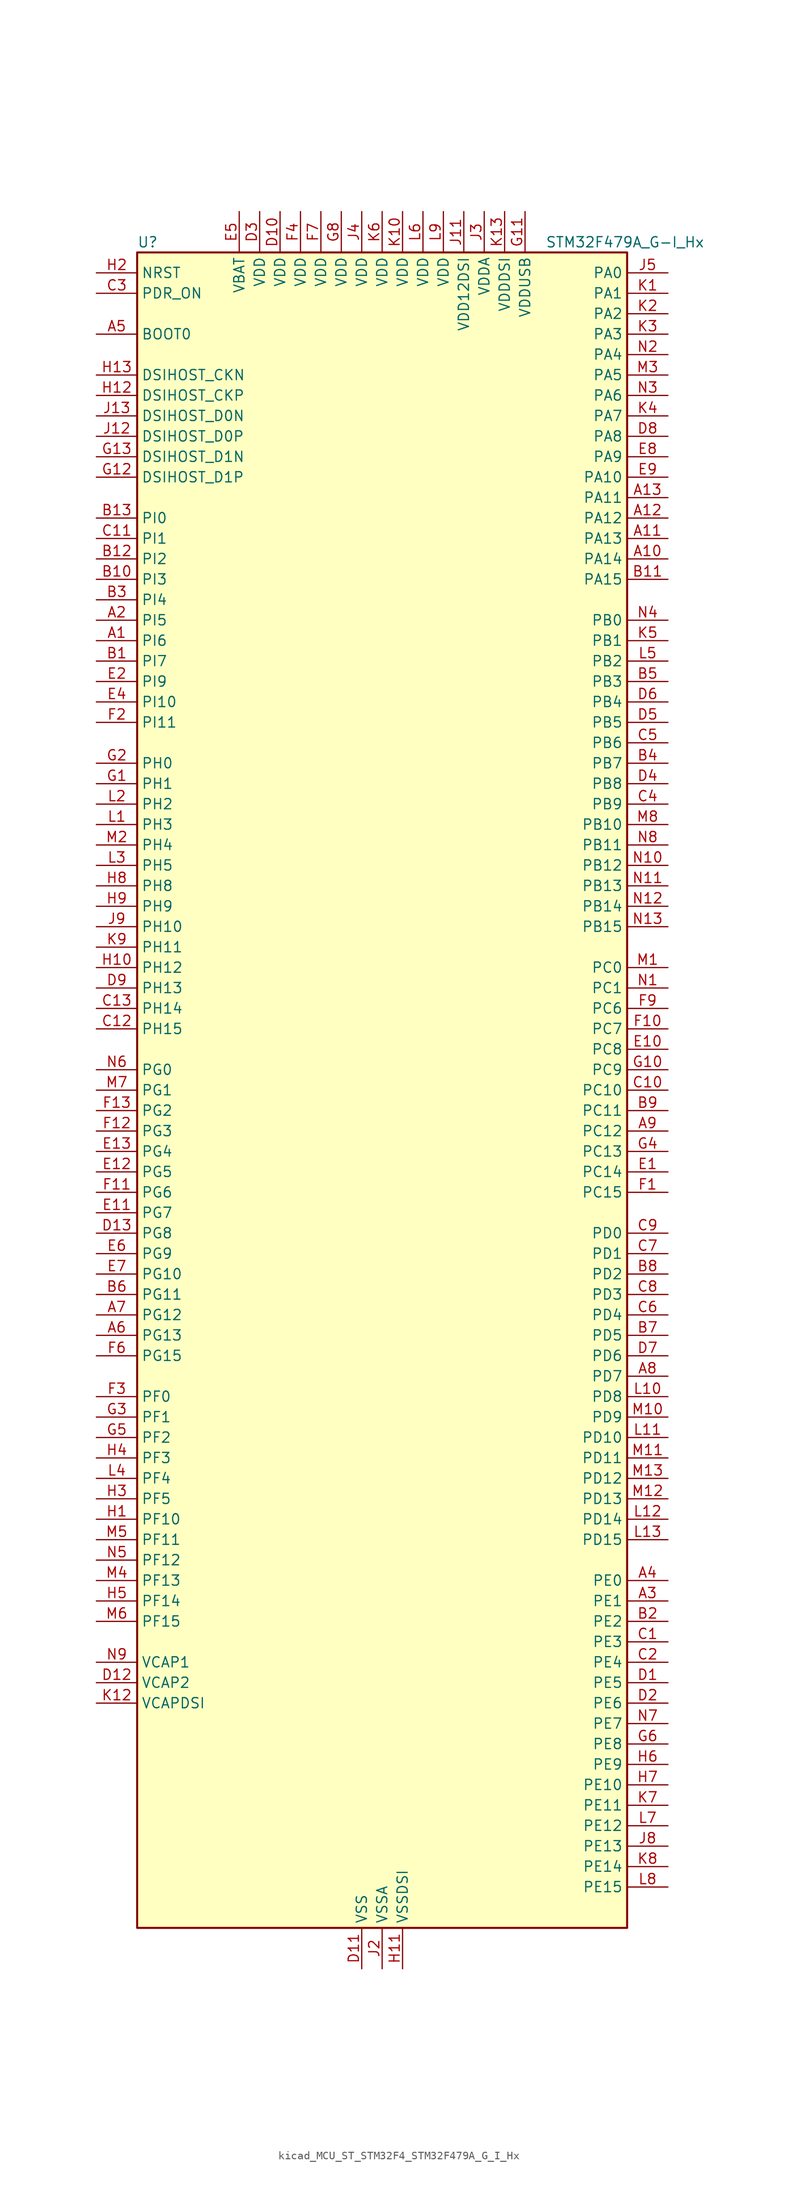
<source format=kicad_sym>
(kicad_symbol_lib
  (version 20220914)
  (generator kicad_symbol_editor)
  (symbol "kicad_MCU_ST_STM32F4_STM32F479A_G_I_Hx"
    (property "Reference" "U"
      (at -30.48 105.41 0)
      (effects (font (size 1.27 1.27)) (justify left)))
    (property "Value" "STM32F479A_G-I_Hx"
      (at 20.32 105.41 0)
      (effects (font (size 1.27 1.27)) (justify left)))
    (property "ki_locked" ""
      (at 0 0 0)
      (effects (font (size 1.27 1.27))))
    (symbol "kicad_MCU_ST_STM32F4_STM32F479A_G_I_Hx_0_1"
      (rectangle (start -30.48 -104.14) (end 30.48 104.14) (stroke (width 0.254) (type default)) (fill (type background))))
    (symbol "kicad_MCU_ST_STM32F4_STM32F479A_G_I_Hx_1_1"
      (pin bidirectional line (at -35.56 55.88 0) (length 5.08) (name "PI6" (effects (font (size 1.27 1.27)))) (number "A1" (effects (font (size 1.27 1.27)))) (alternate "DCMI_D6" bidirectional line) (alternate "FMC_D28" bidirectional line) (alternate "LTDC_B6" bidirectional line) (alternate "TIM8_CH2" bidirectional line))
      (pin bidirectional line (at 35.56 66.04 180) (length 5.08) (name "PA14" (effects (font (size 1.27 1.27)))) (number "A10" (effects (font (size 1.27 1.27)))) (alternate "SYS_JTCK-SWCLK" bidirectional line))
      (pin bidirectional line (at 35.56 68.58 180) (length 5.08) (name "PA13" (effects (font (size 1.27 1.27)))) (number "A11" (effects (font (size 1.27 1.27)))) (alternate "SYS_JTMS-SWDIO" bidirectional line))
      (pin bidirectional line (at 35.56 71.12 180) (length 5.08) (name "PA12" (effects (font (size 1.27 1.27)))) (number "A12" (effects (font (size 1.27 1.27)))) (alternate "CAN1_TX" bidirectional line) (alternate "LTDC_R5" bidirectional line) (alternate "TIM1_ETR" bidirectional line) (alternate "USART1_RTS" bidirectional line) (alternate "USB_OTG_FS_DP" bidirectional line))
      (pin bidirectional line (at 35.56 73.66 180) (length 5.08) (name "PA11" (effects (font (size 1.27 1.27)))) (number "A13" (effects (font (size 1.27 1.27)))) (alternate "ADC1_EXTI11" bidirectional line) (alternate "ADC2_EXTI11" bidirectional line) (alternate "ADC3_EXTI11" bidirectional line) (alternate "CAN1_RX" bidirectional line) (alternate "LTDC_R4" bidirectional line) (alternate "TIM1_CH4" bidirectional line) (alternate "USART1_CTS" bidirectional line) (alternate "USB_OTG_FS_DM" bidirectional line))
      (pin bidirectional line (at -35.56 58.42 0) (length 5.08) (name "PI5" (effects (font (size 1.27 1.27)))) (number "A2" (effects (font (size 1.27 1.27)))) (alternate "DCMI_VSYNC" bidirectional line) (alternate "FMC_NBL3" bidirectional line) (alternate "LTDC_B5" bidirectional line) (alternate "TIM8_CH1" bidirectional line))
      (pin bidirectional line (at 35.56 -63.5 180) (length 5.08) (name "PE1" (effects (font (size 1.27 1.27)))) (number "A3" (effects (font (size 1.27 1.27)))) (alternate "DCMI_D3" bidirectional line) (alternate "FMC_NBL1" bidirectional line) (alternate "UART8_TX" bidirectional line))
      (pin bidirectional line (at 35.56 -60.96 180) (length 5.08) (name "PE0" (effects (font (size 1.27 1.27)))) (number "A4" (effects (font (size 1.27 1.27)))) (alternate "DCMI_D2" bidirectional line) (alternate "FMC_NBL0" bidirectional line) (alternate "TIM4_ETR" bidirectional line) (alternate "UART8_RX" bidirectional line))
      (pin input line (at -35.56 93.98 0) (length 5.08) (name "BOOT0" (effects (font (size 1.27 1.27)))) (number "A5" (effects (font (size 1.27 1.27)))))
      (pin bidirectional line (at -35.56 -30.48 0) (length 5.08) (name "PG13" (effects (font (size 1.27 1.27)))) (number "A6" (effects (font (size 1.27 1.27)))) (alternate "FMC_A24" bidirectional line) (alternate "LTDC_R0" bidirectional line) (alternate "SPI6_SCK" bidirectional line) (alternate "SYS_TRACED0" bidirectional line) (alternate "USART6_CTS" bidirectional line))
      (pin bidirectional line (at -35.56 -27.94 0) (length 5.08) (name "PG12" (effects (font (size 1.27 1.27)))) (number "A7" (effects (font (size 1.27 1.27)))) (alternate "FMC_NE4" bidirectional line) (alternate "LTDC_B1" bidirectional line) (alternate "LTDC_B4" bidirectional line) (alternate "SPI6_MISO" bidirectional line) (alternate "USART6_RTS" bidirectional line))
      (pin bidirectional line (at 35.56 -35.56 180) (length 5.08) (name "PD7" (effects (font (size 1.27 1.27)))) (number "A8" (effects (font (size 1.27 1.27)))) (alternate "FMC_NE1" bidirectional line) (alternate "USART2_CK" bidirectional line))
      (pin bidirectional line (at 35.56 -5.08 180) (length 5.08) (name "PC12" (effects (font (size 1.27 1.27)))) (number "A9" (effects (font (size 1.27 1.27)))) (alternate "DCMI_D9" bidirectional line) (alternate "I2S3_SD" bidirectional line) (alternate "SDIO_CK" bidirectional line) (alternate "SPI3_MOSI" bidirectional line) (alternate "SYS_TRACED3" bidirectional line) (alternate "UART5_TX" bidirectional line) (alternate "USART3_CK" bidirectional line))
      (pin bidirectional line (at -35.56 53.34 0) (length 5.08) (name "PI7" (effects (font (size 1.27 1.27)))) (number "B1" (effects (font (size 1.27 1.27)))) (alternate "DCMI_D7" bidirectional line) (alternate "FMC_D29" bidirectional line) (alternate "LTDC_B7" bidirectional line) (alternate "TIM8_CH3" bidirectional line))
      (pin bidirectional line (at -35.56 63.5 0) (length 5.08) (name "PI3" (effects (font (size 1.27 1.27)))) (number "B10" (effects (font (size 1.27 1.27)))) (alternate "DCMI_D10" bidirectional line) (alternate "FMC_D27" bidirectional line) (alternate "I2S2_SD" bidirectional line) (alternate "SPI2_MOSI" bidirectional line) (alternate "TIM8_ETR" bidirectional line))
      (pin bidirectional line (at 35.56 63.5 180) (length 5.08) (name "PA15" (effects (font (size 1.27 1.27)))) (number "B11" (effects (font (size 1.27 1.27)))) (alternate "ADC1_EXTI15" bidirectional line) (alternate "ADC2_EXTI15" bidirectional line) (alternate "ADC3_EXTI15" bidirectional line) (alternate "I2S3_WS" bidirectional line) (alternate "SPI1_NSS" bidirectional line) (alternate "SPI3_NSS" bidirectional line) (alternate "SYS_JTDI" bidirectional line) (alternate "TIM2_CH1" bidirectional line) (alternate "TIM2_ETR" bidirectional line))
      (pin bidirectional line (at -35.56 66.04 0) (length 5.08) (name "PI2" (effects (font (size 1.27 1.27)))) (number "B12" (effects (font (size 1.27 1.27)))) (alternate "DCMI_D9" bidirectional line) (alternate "FMC_D26" bidirectional line) (alternate "I2S2_ext_SD" bidirectional line) (alternate "LTDC_G7" bidirectional line) (alternate "SPI2_MISO" bidirectional line) (alternate "TIM8_CH4" bidirectional line))
      (pin bidirectional line (at -35.56 71.12 0) (length 5.08) (name "PI0" (effects (font (size 1.27 1.27)))) (number "B13" (effects (font (size 1.27 1.27)))) (alternate "DCMI_D13" bidirectional line) (alternate "FMC_D24" bidirectional line) (alternate "I2S2_WS" bidirectional line) (alternate "LTDC_G5" bidirectional line) (alternate "SPI2_NSS" bidirectional line) (alternate "TIM5_CH4" bidirectional line))
      (pin bidirectional line (at 35.56 -66.04 180) (length 5.08) (name "PE2" (effects (font (size 1.27 1.27)))) (number "B2" (effects (font (size 1.27 1.27)))) (alternate "FMC_A23" bidirectional line) (alternate "QUADSPI_BK1_IO2" bidirectional line) (alternate "SAI1_MCLK_A" bidirectional line) (alternate "SPI4_SCK" bidirectional line) (alternate "SYS_TRACECLK" bidirectional line))
      (pin bidirectional line (at -35.56 60.96 0) (length 5.08) (name "PI4" (effects (font (size 1.27 1.27)))) (number "B3" (effects (font (size 1.27 1.27)))) (alternate "DCMI_D5" bidirectional line) (alternate "FMC_NBL2" bidirectional line) (alternate "LTDC_B4" bidirectional line) (alternate "TIM8_BKIN" bidirectional line))
      (pin bidirectional line (at 35.56 40.64 180) (length 5.08) (name "PB7" (effects (font (size 1.27 1.27)))) (number "B4" (effects (font (size 1.27 1.27)))) (alternate "DCMI_VSYNC" bidirectional line) (alternate "FMC_NL" bidirectional line) (alternate "I2C1_SDA" bidirectional line) (alternate "TIM4_CH2" bidirectional line) (alternate "USART1_RX" bidirectional line))
      (pin bidirectional line (at 35.56 50.8 180) (length 5.08) (name "PB3" (effects (font (size 1.27 1.27)))) (number "B5" (effects (font (size 1.27 1.27)))) (alternate "I2S3_CK" bidirectional line) (alternate "SPI1_SCK" bidirectional line) (alternate "SPI3_SCK" bidirectional line) (alternate "SYS_JTDO-SWO" bidirectional line) (alternate "TIM2_CH2" bidirectional line))
      (pin bidirectional line (at -35.56 -25.4 0) (length 5.08) (name "PG11" (effects (font (size 1.27 1.27)))) (number "B6" (effects (font (size 1.27 1.27)))) (alternate "ADC1_EXTI11" bidirectional line) (alternate "ADC2_EXTI11" bidirectional line) (alternate "ADC3_EXTI11" bidirectional line) (alternate "DCMI_D3" bidirectional line) (alternate "LTDC_B3" bidirectional line))
      (pin bidirectional line (at 35.56 -30.48 180) (length 5.08) (name "PD5" (effects (font (size 1.27 1.27)))) (number "B7" (effects (font (size 1.27 1.27)))) (alternate "FMC_NWE" bidirectional line) (alternate "USART2_TX" bidirectional line))
      (pin bidirectional line (at 35.56 -22.86 180) (length 5.08) (name "PD2" (effects (font (size 1.27 1.27)))) (number "B8" (effects (font (size 1.27 1.27)))) (alternate "DCMI_D11" bidirectional line) (alternate "SDIO_CMD" bidirectional line) (alternate "SYS_TRACED2" bidirectional line) (alternate "TIM3_ETR" bidirectional line) (alternate "UART5_RX" bidirectional line))
      (pin bidirectional line (at 35.56 -2.54 180) (length 5.08) (name "PC11" (effects (font (size 1.27 1.27)))) (number "B9" (effects (font (size 1.27 1.27)))) (alternate "ADC1_EXTI11" bidirectional line) (alternate "ADC2_EXTI11" bidirectional line) (alternate "ADC3_EXTI11" bidirectional line) (alternate "DCMI_D4" bidirectional line) (alternate "I2S3_ext_SD" bidirectional line) (alternate "QUADSPI_BK2_NCS" bidirectional line) (alternate "SDIO_D3" bidirectional line) (alternate "SPI3_MISO" bidirectional line) (alternate "UART4_RX" bidirectional line) (alternate "USART3_RX" bidirectional line))
      (pin bidirectional line (at 35.56 -68.58 180) (length 5.08) (name "PE3" (effects (font (size 1.27 1.27)))) (number "C1" (effects (font (size 1.27 1.27)))) (alternate "FMC_A19" bidirectional line) (alternate "SAI1_SD_B" bidirectional line) (alternate "SYS_TRACED0" bidirectional line))
      (pin bidirectional line (at 35.56 0 180) (length 5.08) (name "PC10" (effects (font (size 1.27 1.27)))) (number "C10" (effects (font (size 1.27 1.27)))) (alternate "DCMI_D8" bidirectional line) (alternate "I2S3_CK" bidirectional line) (alternate "LTDC_R2" bidirectional line) (alternate "QUADSPI_BK1_IO1" bidirectional line) (alternate "SDIO_D2" bidirectional line) (alternate "SPI3_SCK" bidirectional line) (alternate "UART4_TX" bidirectional line) (alternate "USART3_TX" bidirectional line))
      (pin bidirectional line (at -35.56 68.58 0) (length 5.08) (name "PI1" (effects (font (size 1.27 1.27)))) (number "C11" (effects (font (size 1.27 1.27)))) (alternate "DCMI_D8" bidirectional line) (alternate "FMC_D25" bidirectional line) (alternate "I2S2_CK" bidirectional line) (alternate "LTDC_G6" bidirectional line) (alternate "SPI2_SCK" bidirectional line))
      (pin bidirectional line (at -35.56 7.62 0) (length 5.08) (name "PH15" (effects (font (size 1.27 1.27)))) (number "C12" (effects (font (size 1.27 1.27)))) (alternate "ADC1_EXTI15" bidirectional line) (alternate "ADC2_EXTI15" bidirectional line) (alternate "ADC3_EXTI15" bidirectional line) (alternate "DCMI_D11" bidirectional line) (alternate "FMC_D23" bidirectional line) (alternate "LTDC_G4" bidirectional line) (alternate "TIM8_CH3N" bidirectional line))
      (pin bidirectional line (at -35.56 10.16 0) (length 5.08) (name "PH14" (effects (font (size 1.27 1.27)))) (number "C13" (effects (font (size 1.27 1.27)))) (alternate "DCMI_D4" bidirectional line) (alternate "FMC_D22" bidirectional line) (alternate "LTDC_G3" bidirectional line) (alternate "TIM8_CH2N" bidirectional line))
      (pin bidirectional line (at 35.56 -71.12 180) (length 5.08) (name "PE4" (effects (font (size 1.27 1.27)))) (number "C2" (effects (font (size 1.27 1.27)))) (alternate "DCMI_D4" bidirectional line) (alternate "FMC_A20" bidirectional line) (alternate "LTDC_B0" bidirectional line) (alternate "SAI1_FS_A" bidirectional line) (alternate "SPI4_NSS" bidirectional line) (alternate "SYS_TRACED1" bidirectional line))
      (pin input line (at -35.56 99.06 0) (length 5.08) (name "PDR_ON" (effects (font (size 1.27 1.27)))) (number "C3" (effects (font (size 1.27 1.27)))))
      (pin bidirectional line (at 35.56 35.56 180) (length 5.08) (name "PB9" (effects (font (size 1.27 1.27)))) (number "C4" (effects (font (size 1.27 1.27)))) (alternate "CAN1_TX" bidirectional line) (alternate "DAC_EXTI9" bidirectional line) (alternate "DCMI_D7" bidirectional line) (alternate "I2C1_SDA" bidirectional line) (alternate "I2S2_WS" bidirectional line) (alternate "LTDC_B7" bidirectional line) (alternate "SDIO_D5" bidirectional line) (alternate "SPI2_NSS" bidirectional line) (alternate "TIM11_CH1" bidirectional line) (alternate "TIM4_CH4" bidirectional line))
      (pin bidirectional line (at 35.56 43.18 180) (length 5.08) (name "PB6" (effects (font (size 1.27 1.27)))) (number "C5" (effects (font (size 1.27 1.27)))) (alternate "CAN2_TX" bidirectional line) (alternate "DCMI_D5" bidirectional line) (alternate "FMC_SDNE1" bidirectional line) (alternate "I2C1_SCL" bidirectional line) (alternate "QUADSPI_BK1_NCS" bidirectional line) (alternate "TIM4_CH1" bidirectional line) (alternate "USART1_TX" bidirectional line))
      (pin bidirectional line (at 35.56 -27.94 180) (length 5.08) (name "PD4" (effects (font (size 1.27 1.27)))) (number "C6" (effects (font (size 1.27 1.27)))) (alternate "FMC_NOE" bidirectional line) (alternate "USART2_RTS" bidirectional line))
      (pin bidirectional line (at 35.56 -20.32 180) (length 5.08) (name "PD1" (effects (font (size 1.27 1.27)))) (number "C7" (effects (font (size 1.27 1.27)))) (alternate "CAN1_TX" bidirectional line) (alternate "FMC_D3" bidirectional line) (alternate "FMC_DA3" bidirectional line))
      (pin bidirectional line (at 35.56 -25.4 180) (length 5.08) (name "PD3" (effects (font (size 1.27 1.27)))) (number "C8" (effects (font (size 1.27 1.27)))) (alternate "DCMI_D5" bidirectional line) (alternate "FMC_CLK" bidirectional line) (alternate "I2S2_CK" bidirectional line) (alternate "LTDC_G7" bidirectional line) (alternate "SPI2_SCK" bidirectional line) (alternate "USART2_CTS" bidirectional line))
      (pin bidirectional line (at 35.56 -17.78 180) (length 5.08) (name "PD0" (effects (font (size 1.27 1.27)))) (number "C9" (effects (font (size 1.27 1.27)))) (alternate "CAN1_RX" bidirectional line) (alternate "FMC_D2" bidirectional line) (alternate "FMC_DA2" bidirectional line))
      (pin bidirectional line (at 35.56 -73.66 180) (length 5.08) (name "PE5" (effects (font (size 1.27 1.27)))) (number "D1" (effects (font (size 1.27 1.27)))) (alternate "DCMI_D6" bidirectional line) (alternate "FMC_A21" bidirectional line) (alternate "LTDC_G0" bidirectional line) (alternate "SAI1_SCK_A" bidirectional line) (alternate "SPI4_MISO" bidirectional line) (alternate "SYS_TRACED2" bidirectional line) (alternate "TIM9_CH1" bidirectional line))
      (pin power_in line (at -12.7 109.22 270) (length 5.08) (name "VDD" (effects (font (size 1.27 1.27)))) (number "D10" (effects (font (size 1.27 1.27)))))
      (pin power_in line (at -2.54 -109.22 90) (length 5.08) (name "VSS" (effects (font (size 1.27 1.27)))) (number "D11" (effects (font (size 1.27 1.27)))))
      (pin power_out line (at -35.56 -73.66 0) (length 5.08) (name "VCAP2" (effects (font (size 1.27 1.27)))) (number "D12" (effects (font (size 1.27 1.27)))))
      (pin bidirectional line (at -35.56 -17.78 0) (length 5.08) (name "PG8" (effects (font (size 1.27 1.27)))) (number "D13" (effects (font (size 1.27 1.27)))) (alternate "FMC_SDCLK" bidirectional line) (alternate "LTDC_G7" bidirectional line) (alternate "SPI6_NSS" bidirectional line) (alternate "USART6_RTS" bidirectional line))
      (pin bidirectional line (at 35.56 -76.2 180) (length 5.08) (name "PE6" (effects (font (size 1.27 1.27)))) (number "D2" (effects (font (size 1.27 1.27)))) (alternate "DCMI_D7" bidirectional line) (alternate "FMC_A22" bidirectional line) (alternate "LTDC_G1" bidirectional line) (alternate "SAI1_SD_A" bidirectional line) (alternate "SPI4_MOSI" bidirectional line) (alternate "SYS_TRACED3" bidirectional line) (alternate "TIM9_CH2" bidirectional line))
      (pin power_in line (at -15.24 109.22 270) (length 5.08) (name "VDD" (effects (font (size 1.27 1.27)))) (number "D3" (effects (font (size 1.27 1.27)))))
      (pin bidirectional line (at 35.56 38.1 180) (length 5.08) (name "PB8" (effects (font (size 1.27 1.27)))) (number "D4" (effects (font (size 1.27 1.27)))) (alternate "CAN1_RX" bidirectional line) (alternate "DCMI_D6" bidirectional line) (alternate "I2C1_SCL" bidirectional line) (alternate "LTDC_B6" bidirectional line) (alternate "SDIO_D4" bidirectional line) (alternate "TIM10_CH1" bidirectional line) (alternate "TIM4_CH3" bidirectional line))
      (pin bidirectional line (at 35.56 45.72 180) (length 5.08) (name "PB5" (effects (font (size 1.27 1.27)))) (number "D5" (effects (font (size 1.27 1.27)))) (alternate "CAN2_RX" bidirectional line) (alternate "DCMI_D10" bidirectional line) (alternate "FMC_SDCKE1" bidirectional line) (alternate "I2C1_SMBA" bidirectional line) (alternate "I2S3_SD" bidirectional line) (alternate "LTDC_G7" bidirectional line) (alternate "SPI1_MOSI" bidirectional line) (alternate "SPI3_MOSI" bidirectional line) (alternate "TIM3_CH2" bidirectional line) (alternate "USB_OTG_HS_ULPI_D7" bidirectional line))
      (pin bidirectional line (at 35.56 48.26 180) (length 5.08) (name "PB4" (effects (font (size 1.27 1.27)))) (number "D6" (effects (font (size 1.27 1.27)))) (alternate "I2S3_ext_SD" bidirectional line) (alternate "SPI1_MISO" bidirectional line) (alternate "SPI3_MISO" bidirectional line) (alternate "SYS_JTRST" bidirectional line) (alternate "TIM3_CH1" bidirectional line))
      (pin bidirectional line (at 35.56 -33.02 180) (length 5.08) (name "PD6" (effects (font (size 1.27 1.27)))) (number "D7" (effects (font (size 1.27 1.27)))) (alternate "DCMI_D10" bidirectional line) (alternate "FMC_NWAIT" bidirectional line) (alternate "I2S3_SD" bidirectional line) (alternate "LTDC_B2" bidirectional line) (alternate "SAI1_SD_A" bidirectional line) (alternate "SPI3_MOSI" bidirectional line) (alternate "USART2_RX" bidirectional line))
      (pin bidirectional line (at 35.56 81.28 180) (length 5.08) (name "PA8" (effects (font (size 1.27 1.27)))) (number "D8" (effects (font (size 1.27 1.27)))) (alternate "I2C3_SCL" bidirectional line) (alternate "LTDC_R6" bidirectional line) (alternate "RCC_MCO_1" bidirectional line) (alternate "TIM1_CH1" bidirectional line) (alternate "USART1_CK" bidirectional line) (alternate "USB_OTG_FS_SOF" bidirectional line))
      (pin bidirectional line (at -35.56 12.7 0) (length 5.08) (name "PH13" (effects (font (size 1.27 1.27)))) (number "D9" (effects (font (size 1.27 1.27)))) (alternate "CAN1_TX" bidirectional line) (alternate "FMC_D21" bidirectional line) (alternate "LTDC_G2" bidirectional line) (alternate "TIM8_CH1N" bidirectional line))
      (pin bidirectional line (at 35.56 -10.16 180) (length 5.08) (name "PC14" (effects (font (size 1.27 1.27)))) (number "E1" (effects (font (size 1.27 1.27)))) (alternate "RCC_OSC32_IN" bidirectional line))
      (pin bidirectional line (at 35.56 5.08 180) (length 5.08) (name "PC8" (effects (font (size 1.27 1.27)))) (number "E10" (effects (font (size 1.27 1.27)))) (alternate "DCMI_D2" bidirectional line) (alternate "SDIO_D0" bidirectional line) (alternate "SYS_TRACED1" bidirectional line) (alternate "TIM3_CH3" bidirectional line) (alternate "TIM8_CH3" bidirectional line) (alternate "USART6_CK" bidirectional line))
      (pin bidirectional line (at -35.56 -15.24 0) (length 5.08) (name "PG7" (effects (font (size 1.27 1.27)))) (number "E11" (effects (font (size 1.27 1.27)))) (alternate "DCMI_D13" bidirectional line) (alternate "FMC_INT" bidirectional line) (alternate "LTDC_CLK" bidirectional line) (alternate "SAI1_MCLK_A" bidirectional line) (alternate "USART6_CK" bidirectional line))
      (pin bidirectional line (at -35.56 -10.16 0) (length 5.08) (name "PG5" (effects (font (size 1.27 1.27)))) (number "E12" (effects (font (size 1.27 1.27)))) (alternate "FMC_A15" bidirectional line) (alternate "FMC_BA1" bidirectional line))
      (pin bidirectional line (at -35.56 -7.62 0) (length 5.08) (name "PG4" (effects (font (size 1.27 1.27)))) (number "E13" (effects (font (size 1.27 1.27)))) (alternate "FMC_A14" bidirectional line) (alternate "FMC_BA0" bidirectional line))
      (pin bidirectional line (at -35.56 50.8 0) (length 5.08) (name "PI9" (effects (font (size 1.27 1.27)))) (number "E2" (effects (font (size 1.27 1.27)))) (alternate "CAN1_RX" bidirectional line) (alternate "DAC_EXTI9" bidirectional line) (alternate "FMC_D30" bidirectional line) (alternate "LTDC_VSYNC" bidirectional line))
      (pin passive line (at -2.54 -109.22 90) (length 5.08) hide (name "VSS" (effects (font (size 1.27 1.27)))) (number "E3" (effects (font (size 1.27 1.27)))))
      (pin bidirectional line (at -35.56 48.26 0) (length 5.08) (name "PI10" (effects (font (size 1.27 1.27)))) (number "E4" (effects (font (size 1.27 1.27)))) (alternate "FMC_D31" bidirectional line) (alternate "LTDC_HSYNC" bidirectional line))
      (pin power_in line (at -17.78 109.22 270) (length 5.08) (name "VBAT" (effects (font (size 1.27 1.27)))) (number "E5" (effects (font (size 1.27 1.27)))))
      (pin bidirectional line (at -35.56 -20.32 0) (length 5.08) (name "PG9" (effects (font (size 1.27 1.27)))) (number "E6" (effects (font (size 1.27 1.27)))) (alternate "DAC_EXTI9" bidirectional line) (alternate "DCMI_VSYNC" bidirectional line) (alternate "FMC_NCE" bidirectional line) (alternate "FMC_NE2" bidirectional line) (alternate "QUADSPI_BK2_IO2" bidirectional line) (alternate "USART6_RX" bidirectional line))
      (pin bidirectional line (at -35.56 -22.86 0) (length 5.08) (name "PG10" (effects (font (size 1.27 1.27)))) (number "E7" (effects (font (size 1.27 1.27)))) (alternate "DCMI_D2" bidirectional line) (alternate "FMC_NE3" bidirectional line) (alternate "LTDC_B2" bidirectional line) (alternate "LTDC_G3" bidirectional line))
      (pin bidirectional line (at 35.56 78.74 180) (length 5.08) (name "PA9" (effects (font (size 1.27 1.27)))) (number "E8" (effects (font (size 1.27 1.27)))) (alternate "DAC_EXTI9" bidirectional line) (alternate "DCMI_D0" bidirectional line) (alternate "I2C3_SMBA" bidirectional line) (alternate "I2S2_CK" bidirectional line) (alternate "SPI2_SCK" bidirectional line) (alternate "TIM1_CH2" bidirectional line) (alternate "USART1_TX" bidirectional line) (alternate "USB_OTG_FS_VBUS" bidirectional line))
      (pin bidirectional line (at 35.56 76.2 180) (length 5.08) (name "PA10" (effects (font (size 1.27 1.27)))) (number "E9" (effects (font (size 1.27 1.27)))) (alternate "DCMI_D1" bidirectional line) (alternate "TIM1_CH3" bidirectional line) (alternate "USART1_RX" bidirectional line) (alternate "USB_OTG_FS_ID" bidirectional line))
      (pin bidirectional line (at 35.56 -12.7 180) (length 5.08) (name "PC15" (effects (font (size 1.27 1.27)))) (number "F1" (effects (font (size 1.27 1.27)))) (alternate "ADC1_EXTI15" bidirectional line) (alternate "ADC2_EXTI15" bidirectional line) (alternate "ADC3_EXTI15" bidirectional line) (alternate "RCC_OSC32_OUT" bidirectional line))
      (pin bidirectional line (at 35.56 7.62 180) (length 5.08) (name "PC7" (effects (font (size 1.27 1.27)))) (number "F10" (effects (font (size 1.27 1.27)))) (alternate "DCMI_D1" bidirectional line) (alternate "I2S3_MCK" bidirectional line) (alternate "LTDC_G6" bidirectional line) (alternate "SDIO_D7" bidirectional line) (alternate "TIM3_CH2" bidirectional line) (alternate "TIM8_CH2" bidirectional line) (alternate "USART6_RX" bidirectional line))
      (pin bidirectional line (at -35.56 -12.7 0) (length 5.08) (name "PG6" (effects (font (size 1.27 1.27)))) (number "F11" (effects (font (size 1.27 1.27)))) (alternate "DCMI_D12" bidirectional line) (alternate "LTDC_R7" bidirectional line))
      (pin bidirectional line (at -35.56 -5.08 0) (length 5.08) (name "PG3" (effects (font (size 1.27 1.27)))) (number "F12" (effects (font (size 1.27 1.27)))) (alternate "FMC_A13" bidirectional line))
      (pin bidirectional line (at -35.56 -2.54 0) (length 5.08) (name "PG2" (effects (font (size 1.27 1.27)))) (number "F13" (effects (font (size 1.27 1.27)))) (alternate "FMC_A12" bidirectional line))
      (pin bidirectional line (at -35.56 45.72 0) (length 5.08) (name "PI11" (effects (font (size 1.27 1.27)))) (number "F2" (effects (font (size 1.27 1.27)))) (alternate "ADC1_EXTI11" bidirectional line) (alternate "ADC2_EXTI11" bidirectional line) (alternate "ADC3_EXTI11" bidirectional line) (alternate "LTDC_G6" bidirectional line) (alternate "USB_OTG_HS_ULPI_DIR" bidirectional line))
      (pin bidirectional line (at -35.56 -38.1 0) (length 5.08) (name "PF0" (effects (font (size 1.27 1.27)))) (number "F3" (effects (font (size 1.27 1.27)))) (alternate "FMC_A0" bidirectional line) (alternate "I2C2_SDA" bidirectional line))
      (pin power_in line (at -10.16 109.22 270) (length 5.08) (name "VDD" (effects (font (size 1.27 1.27)))) (number "F4" (effects (font (size 1.27 1.27)))))
      (pin passive line (at -2.54 -109.22 90) (length 5.08) hide (name "VSS" (effects (font (size 1.27 1.27)))) (number "F5" (effects (font (size 1.27 1.27)))))
      (pin bidirectional line (at -35.56 -33.02 0) (length 5.08) (name "PG15" (effects (font (size 1.27 1.27)))) (number "F6" (effects (font (size 1.27 1.27)))) (alternate "ADC1_EXTI15" bidirectional line) (alternate "ADC2_EXTI15" bidirectional line) (alternate "ADC3_EXTI15" bidirectional line) (alternate "DCMI_D13" bidirectional line) (alternate "FMC_SDNCAS" bidirectional line) (alternate "USART6_CTS" bidirectional line))
      (pin power_in line (at -7.62 109.22 270) (length 5.08) (name "VDD" (effects (font (size 1.27 1.27)))) (number "F7" (effects (font (size 1.27 1.27)))))
      (pin passive line (at -2.54 -109.22 90) (length 5.08) hide (name "VSS" (effects (font (size 1.27 1.27)))) (number "F8" (effects (font (size 1.27 1.27)))))
      (pin bidirectional line (at 35.56 10.16 180) (length 5.08) (name "PC6" (effects (font (size 1.27 1.27)))) (number "F9" (effects (font (size 1.27 1.27)))) (alternate "DCMI_D0" bidirectional line) (alternate "I2S2_MCK" bidirectional line) (alternate "LTDC_HSYNC" bidirectional line) (alternate "SDIO_D6" bidirectional line) (alternate "TIM3_CH1" bidirectional line) (alternate "TIM8_CH1" bidirectional line) (alternate "USART6_TX" bidirectional line))
      (pin bidirectional line (at -35.56 38.1 0) (length 5.08) (name "PH1" (effects (font (size 1.27 1.27)))) (number "G1" (effects (font (size 1.27 1.27)))) (alternate "RCC_OSC_OUT" bidirectional line))
      (pin bidirectional line (at 35.56 2.54 180) (length 5.08) (name "PC9" (effects (font (size 1.27 1.27)))) (number "G10" (effects (font (size 1.27 1.27)))) (alternate "DAC_EXTI9" bidirectional line) (alternate "DCMI_D3" bidirectional line) (alternate "I2C3_SDA" bidirectional line) (alternate "I2S_CKIN" bidirectional line) (alternate "QUADSPI_BK1_IO0" bidirectional line) (alternate "RCC_MCO_2" bidirectional line) (alternate "SDIO_D1" bidirectional line) (alternate "TIM3_CH4" bidirectional line) (alternate "TIM8_CH4" bidirectional line))
      (pin power_in line (at 17.78 109.22 270) (length 5.08) (name "VDDUSB" (effects (font (size 1.27 1.27)))) (number "G11" (effects (font (size 1.27 1.27)))))
      (pin bidirectional line (at -35.56 76.2 0) (length 5.08) (name "DSIHOST_D1P" (effects (font (size 1.27 1.27)))) (number "G12" (effects (font (size 1.27 1.27)))) (alternate "DSIHOST_D1P" bidirectional line))
      (pin bidirectional line (at -35.56 78.74 0) (length 5.08) (name "DSIHOST_D1N" (effects (font (size 1.27 1.27)))) (number "G13" (effects (font (size 1.27 1.27)))) (alternate "DSIHOST_D1N" bidirectional line))
      (pin bidirectional line (at -35.56 40.64 0) (length 5.08) (name "PH0" (effects (font (size 1.27 1.27)))) (number "G2" (effects (font (size 1.27 1.27)))) (alternate "RCC_OSC_IN" bidirectional line))
      (pin bidirectional line (at -35.56 -40.64 0) (length 5.08) (name "PF1" (effects (font (size 1.27 1.27)))) (number "G3" (effects (font (size 1.27 1.27)))) (alternate "FMC_A1" bidirectional line) (alternate "I2C2_SCL" bidirectional line))
      (pin bidirectional line (at 35.56 -7.62 180) (length 5.08) (name "PC13" (effects (font (size 1.27 1.27)))) (number "G4" (effects (font (size 1.27 1.27)))) (alternate "RTC_AF1" bidirectional line))
      (pin bidirectional line (at -35.56 -43.18 0) (length 5.08) (name "PF2" (effects (font (size 1.27 1.27)))) (number "G5" (effects (font (size 1.27 1.27)))) (alternate "FMC_A2" bidirectional line) (alternate "I2C2_SMBA" bidirectional line))
      (pin bidirectional line (at 35.56 -81.28 180) (length 5.08) (name "PE8" (effects (font (size 1.27 1.27)))) (number "G6" (effects (font (size 1.27 1.27)))) (alternate "FMC_D5" bidirectional line) (alternate "FMC_DA5" bidirectional line) (alternate "QUADSPI_BK2_IO1" bidirectional line) (alternate "TIM1_CH1N" bidirectional line) (alternate "UART7_TX" bidirectional line))
      (pin passive line (at -2.54 -109.22 90) (length 5.08) hide (name "VSS" (effects (font (size 1.27 1.27)))) (number "G7" (effects (font (size 1.27 1.27)))))
      (pin power_in line (at -5.08 109.22 270) (length 5.08) (name "VDD" (effects (font (size 1.27 1.27)))) (number "G8" (effects (font (size 1.27 1.27)))))
      (pin passive line (at -2.54 -109.22 90) (length 5.08) hide (name "VSS" (effects (font (size 1.27 1.27)))) (number "G9" (effects (font (size 1.27 1.27)))))
      (pin bidirectional line (at -35.56 -53.34 0) (length 5.08) (name "PF10" (effects (font (size 1.27 1.27)))) (number "H1" (effects (font (size 1.27 1.27)))) (alternate "ADC3_IN8" bidirectional line) (alternate "DCMI_D11" bidirectional line) (alternate "LTDC_DE" bidirectional line) (alternate "QUADSPI_CLK" bidirectional line))
      (pin bidirectional line (at -35.56 15.24 0) (length 5.08) (name "PH12" (effects (font (size 1.27 1.27)))) (number "H10" (effects (font (size 1.27 1.27)))) (alternate "DCMI_D3" bidirectional line) (alternate "FMC_D20" bidirectional line) (alternate "LTDC_R6" bidirectional line) (alternate "TIM5_CH3" bidirectional line))
      (pin power_in line (at 2.54 -109.22 90) (length 5.08) (name "VSSDSI" (effects (font (size 1.27 1.27)))) (number "H11" (effects (font (size 1.27 1.27)))))
      (pin bidirectional line (at -35.56 86.36 0) (length 5.08) (name "DSIHOST_CKP" (effects (font (size 1.27 1.27)))) (number "H12" (effects (font (size 1.27 1.27)))) (alternate "DSIHOST_CKP" bidirectional line))
      (pin bidirectional line (at -35.56 88.9 0) (length 5.08) (name "DSIHOST_CKN" (effects (font (size 1.27 1.27)))) (number "H13" (effects (font (size 1.27 1.27)))) (alternate "DSIHOST_CKN" bidirectional line))
      (pin input line (at -35.56 101.6 0) (length 5.08) (name "NRST" (effects (font (size 1.27 1.27)))) (number "H2" (effects (font (size 1.27 1.27)))))
      (pin bidirectional line (at -35.56 -50.8 0) (length 5.08) (name "PF5" (effects (font (size 1.27 1.27)))) (number "H3" (effects (font (size 1.27 1.27)))) (alternate "ADC3_IN15" bidirectional line) (alternate "FMC_A5" bidirectional line))
      (pin bidirectional line (at -35.56 -45.72 0) (length 5.08) (name "PF3" (effects (font (size 1.27 1.27)))) (number "H4" (effects (font (size 1.27 1.27)))) (alternate "ADC3_IN9" bidirectional line) (alternate "FMC_A3" bidirectional line))
      (pin bidirectional line (at -35.56 -63.5 0) (length 5.08) (name "PF14" (effects (font (size 1.27 1.27)))) (number "H5" (effects (font (size 1.27 1.27)))) (alternate "FMC_A8" bidirectional line))
      (pin bidirectional line (at 35.56 -83.82 180) (length 5.08) (name "PE9" (effects (font (size 1.27 1.27)))) (number "H6" (effects (font (size 1.27 1.27)))) (alternate "DAC_EXTI9" bidirectional line) (alternate "FMC_D6" bidirectional line) (alternate "FMC_DA6" bidirectional line) (alternate "QUADSPI_BK2_IO2" bidirectional line) (alternate "TIM1_CH1" bidirectional line))
      (pin bidirectional line (at 35.56 -86.36 180) (length 5.08) (name "PE10" (effects (font (size 1.27 1.27)))) (number "H7" (effects (font (size 1.27 1.27)))) (alternate "FMC_D7" bidirectional line) (alternate "FMC_DA7" bidirectional line) (alternate "QUADSPI_BK2_IO3" bidirectional line) (alternate "TIM1_CH2N" bidirectional line))
      (pin bidirectional line (at -35.56 25.4 0) (length 5.08) (name "PH8" (effects (font (size 1.27 1.27)))) (number "H8" (effects (font (size 1.27 1.27)))) (alternate "DCMI_HSYNC" bidirectional line) (alternate "FMC_D16" bidirectional line) (alternate "I2C3_SDA" bidirectional line) (alternate "LTDC_R2" bidirectional line))
      (pin bidirectional line (at -35.56 22.86 0) (length 5.08) (name "PH9" (effects (font (size 1.27 1.27)))) (number "H9" (effects (font (size 1.27 1.27)))) (alternate "DAC_EXTI9" bidirectional line) (alternate "DCMI_D0" bidirectional line) (alternate "FMC_D17" bidirectional line) (alternate "I2C3_SMBA" bidirectional line) (alternate "LTDC_R3" bidirectional line) (alternate "TIM12_CH2" bidirectional line))
      (pin passive line (at -2.54 -109.22 90) (length 5.08) hide (name "VSS" (effects (font (size 1.27 1.27)))) (number "J1" (effects (font (size 1.27 1.27)))))
      (pin passive line (at -2.54 -109.22 90) (length 5.08) hide (name "VSS" (effects (font (size 1.27 1.27)))) (number "J10" (effects (font (size 1.27 1.27)))))
      (pin power_in line (at 10.16 109.22 270) (length 5.08) (name "VDD12DSI" (effects (font (size 1.27 1.27)))) (number "J11" (effects (font (size 1.27 1.27)))))
      (pin bidirectional line (at -35.56 81.28 0) (length 5.08) (name "DSIHOST_D0P" (effects (font (size 1.27 1.27)))) (number "J12" (effects (font (size 1.27 1.27)))) (alternate "DSIHOST_D0P" bidirectional line))
      (pin bidirectional line (at -35.56 83.82 0) (length 5.08) (name "DSIHOST_D0N" (effects (font (size 1.27 1.27)))) (number "J13" (effects (font (size 1.27 1.27)))) (alternate "DSIHOST_D0N" bidirectional line))
      (pin power_in line (at 0 -109.22 90) (length 5.08) (name "VSSA" (effects (font (size 1.27 1.27)))) (number "J2" (effects (font (size 1.27 1.27)))))
      (pin power_in line (at 12.7 109.22 270) (length 5.08) (name "VDDA" (effects (font (size 1.27 1.27)))) (number "J3" (effects (font (size 1.27 1.27)))))
      (pin power_in line (at -2.54 109.22 270) (length 5.08) (name "VDD" (effects (font (size 1.27 1.27)))) (number "J4" (effects (font (size 1.27 1.27)))))
      (pin bidirectional line (at 35.56 101.6 180) (length 5.08) (name "PA0" (effects (font (size 1.27 1.27)))) (number "J5" (effects (font (size 1.27 1.27)))) (alternate "ADC1_IN0" bidirectional line) (alternate "ADC2_IN0" bidirectional line) (alternate "ADC3_IN0" bidirectional line) (alternate "SYS_WKUP" bidirectional line) (alternate "TIM2_CH1" bidirectional line) (alternate "TIM2_ETR" bidirectional line) (alternate "TIM5_CH1" bidirectional line) (alternate "TIM8_ETR" bidirectional line) (alternate "UART4_TX" bidirectional line) (alternate "USART2_CTS" bidirectional line))
      (pin passive line (at -2.54 -109.22 90) (length 5.08) hide (name "VSS" (effects (font (size 1.27 1.27)))) (number "J6" (effects (font (size 1.27 1.27)))))
      (pin passive line (at -2.54 -109.22 90) (length 5.08) hide (name "VSS" (effects (font (size 1.27 1.27)))) (number "J7" (effects (font (size 1.27 1.27)))))
      (pin bidirectional line (at 35.56 -93.98 180) (length 5.08) (name "PE13" (effects (font (size 1.27 1.27)))) (number "J8" (effects (font (size 1.27 1.27)))) (alternate "FMC_D10" bidirectional line) (alternate "FMC_DA10" bidirectional line) (alternate "LTDC_DE" bidirectional line) (alternate "SPI4_MISO" bidirectional line) (alternate "TIM1_CH3" bidirectional line))
      (pin bidirectional line (at -35.56 20.32 0) (length 5.08) (name "PH10" (effects (font (size 1.27 1.27)))) (number "J9" (effects (font (size 1.27 1.27)))) (alternate "DCMI_D1" bidirectional line) (alternate "FMC_D18" bidirectional line) (alternate "LTDC_R4" bidirectional line) (alternate "TIM5_CH1" bidirectional line))
      (pin bidirectional line (at 35.56 99.06 180) (length 5.08) (name "PA1" (effects (font (size 1.27 1.27)))) (number "K1" (effects (font (size 1.27 1.27)))) (alternate "ADC1_IN1" bidirectional line) (alternate "ADC2_IN1" bidirectional line) (alternate "ADC3_IN1" bidirectional line) (alternate "LTDC_R2" bidirectional line) (alternate "QUADSPI_BK1_IO3" bidirectional line) (alternate "TIM2_CH2" bidirectional line) (alternate "TIM5_CH2" bidirectional line) (alternate "UART4_RX" bidirectional line) (alternate "USART2_RTS" bidirectional line))
      (pin power_in line (at 2.54 109.22 270) (length 5.08) (name "VDD" (effects (font (size 1.27 1.27)))) (number "K10" (effects (font (size 1.27 1.27)))))
      (pin passive line (at 2.54 -109.22 90) (length 5.08) hide (name "VSSDSI" (effects (font (size 1.27 1.27)))) (number "K11" (effects (font (size 1.27 1.27)))))
      (pin power_out line (at -35.56 -76.2 0) (length 5.08) (name "VCAPDSI" (effects (font (size 1.27 1.27)))) (number "K12" (effects (font (size 1.27 1.27)))))
      (pin power_in line (at 15.24 109.22 270) (length 5.08) (name "VDDDSI" (effects (font (size 1.27 1.27)))) (number "K13" (effects (font (size 1.27 1.27)))))
      (pin bidirectional line (at 35.56 96.52 180) (length 5.08) (name "PA2" (effects (font (size 1.27 1.27)))) (number "K2" (effects (font (size 1.27 1.27)))) (alternate "ADC1_IN2" bidirectional line) (alternate "ADC2_IN2" bidirectional line) (alternate "ADC3_IN2" bidirectional line) (alternate "LTDC_R1" bidirectional line) (alternate "TIM2_CH3" bidirectional line) (alternate "TIM5_CH3" bidirectional line) (alternate "TIM9_CH1" bidirectional line) (alternate "USART2_TX" bidirectional line))
      (pin bidirectional line (at 35.56 93.98 180) (length 5.08) (name "PA3" (effects (font (size 1.27 1.27)))) (number "K3" (effects (font (size 1.27 1.27)))) (alternate "ADC1_IN3" bidirectional line) (alternate "ADC2_IN3" bidirectional line) (alternate "ADC3_IN3" bidirectional line) (alternate "LTDC_B2" bidirectional line) (alternate "LTDC_B5" bidirectional line) (alternate "TIM2_CH4" bidirectional line) (alternate "TIM5_CH4" bidirectional line) (alternate "TIM9_CH2" bidirectional line) (alternate "USART2_RX" bidirectional line) (alternate "USB_OTG_HS_ULPI_D0" bidirectional line))
      (pin bidirectional line (at 35.56 83.82 180) (length 5.08) (name "PA7" (effects (font (size 1.27 1.27)))) (number "K4" (effects (font (size 1.27 1.27)))) (alternate "ADC1_IN7" bidirectional line) (alternate "ADC2_IN7" bidirectional line) (alternate "FMC_SDNWE" bidirectional line) (alternate "QUADSPI_CLK" bidirectional line) (alternate "SPI1_MOSI" bidirectional line) (alternate "TIM14_CH1" bidirectional line) (alternate "TIM1_CH1N" bidirectional line) (alternate "TIM3_CH2" bidirectional line) (alternate "TIM8_CH1N" bidirectional line))
      (pin bidirectional line (at 35.56 55.88 180) (length 5.08) (name "PB1" (effects (font (size 1.27 1.27)))) (number "K5" (effects (font (size 1.27 1.27)))) (alternate "ADC1_IN9" bidirectional line) (alternate "ADC2_IN9" bidirectional line) (alternate "LTDC_G0" bidirectional line) (alternate "LTDC_R6" bidirectional line) (alternate "TIM1_CH3N" bidirectional line) (alternate "TIM3_CH4" bidirectional line) (alternate "TIM8_CH3N" bidirectional line) (alternate "USB_OTG_HS_ULPI_D2" bidirectional line))
      (pin power_in line (at 0 109.22 270) (length 5.08) (name "VDD" (effects (font (size 1.27 1.27)))) (number "K6" (effects (font (size 1.27 1.27)))))
      (pin bidirectional line (at 35.56 -88.9 180) (length 5.08) (name "PE11" (effects (font (size 1.27 1.27)))) (number "K7" (effects (font (size 1.27 1.27)))) (alternate "ADC1_EXTI11" bidirectional line) (alternate "ADC2_EXTI11" bidirectional line) (alternate "ADC3_EXTI11" bidirectional line) (alternate "FMC_D8" bidirectional line) (alternate "FMC_DA8" bidirectional line) (alternate "LTDC_G3" bidirectional line) (alternate "SPI4_NSS" bidirectional line) (alternate "TIM1_CH2" bidirectional line))
      (pin bidirectional line (at 35.56 -96.52 180) (length 5.08) (name "PE14" (effects (font (size 1.27 1.27)))) (number "K8" (effects (font (size 1.27 1.27)))) (alternate "FMC_D11" bidirectional line) (alternate "FMC_DA11" bidirectional line) (alternate "LTDC_CLK" bidirectional line) (alternate "SPI4_MOSI" bidirectional line) (alternate "TIM1_CH4" bidirectional line))
      (pin bidirectional line (at -35.56 17.78 0) (length 5.08) (name "PH11" (effects (font (size 1.27 1.27)))) (number "K9" (effects (font (size 1.27 1.27)))) (alternate "ADC1_EXTI11" bidirectional line) (alternate "ADC2_EXTI11" bidirectional line) (alternate "ADC3_EXTI11" bidirectional line) (alternate "DCMI_D2" bidirectional line) (alternate "FMC_D19" bidirectional line) (alternate "LTDC_R5" bidirectional line) (alternate "TIM5_CH2" bidirectional line))
      (pin bidirectional line (at -35.56 33.02 0) (length 5.08) (name "PH3" (effects (font (size 1.27 1.27)))) (number "L1" (effects (font (size 1.27 1.27)))) (alternate "FMC_SDNE0" bidirectional line) (alternate "LTDC_R1" bidirectional line) (alternate "QUADSPI_BK2_IO1" bidirectional line))
      (pin bidirectional line (at 35.56 -38.1 180) (length 5.08) (name "PD8" (effects (font (size 1.27 1.27)))) (number "L10" (effects (font (size 1.27 1.27)))) (alternate "FMC_D13" bidirectional line) (alternate "FMC_DA13" bidirectional line) (alternate "USART3_TX" bidirectional line))
      (pin bidirectional line (at 35.56 -43.18 180) (length 5.08) (name "PD10" (effects (font (size 1.27 1.27)))) (number "L11" (effects (font (size 1.27 1.27)))) (alternate "FMC_D15" bidirectional line) (alternate "FMC_DA15" bidirectional line) (alternate "LTDC_B3" bidirectional line) (alternate "USART3_CK" bidirectional line))
      (pin bidirectional line (at 35.56 -53.34 180) (length 5.08) (name "PD14" (effects (font (size 1.27 1.27)))) (number "L12" (effects (font (size 1.27 1.27)))) (alternate "FMC_D0" bidirectional line) (alternate "FMC_DA0" bidirectional line) (alternate "TIM4_CH3" bidirectional line))
      (pin bidirectional line (at 35.56 -55.88 180) (length 5.08) (name "PD15" (effects (font (size 1.27 1.27)))) (number "L13" (effects (font (size 1.27 1.27)))) (alternate "ADC1_EXTI15" bidirectional line) (alternate "ADC2_EXTI15" bidirectional line) (alternate "ADC3_EXTI15" bidirectional line) (alternate "FMC_D1" bidirectional line) (alternate "FMC_DA1" bidirectional line) (alternate "TIM4_CH4" bidirectional line))
      (pin bidirectional line (at -35.56 35.56 0) (length 5.08) (name "PH2" (effects (font (size 1.27 1.27)))) (number "L2" (effects (font (size 1.27 1.27)))) (alternate "FMC_SDCKE0" bidirectional line) (alternate "LTDC_R0" bidirectional line) (alternate "QUADSPI_BK2_IO0" bidirectional line))
      (pin bidirectional line (at -35.56 27.94 0) (length 5.08) (name "PH5" (effects (font (size 1.27 1.27)))) (number "L3" (effects (font (size 1.27 1.27)))) (alternate "FMC_SDNWE" bidirectional line) (alternate "I2C2_SDA" bidirectional line))
      (pin bidirectional line (at -35.56 -48.26 0) (length 5.08) (name "PF4" (effects (font (size 1.27 1.27)))) (number "L4" (effects (font (size 1.27 1.27)))) (alternate "ADC3_IN14" bidirectional line) (alternate "FMC_A4" bidirectional line))
      (pin bidirectional line (at 35.56 53.34 180) (length 5.08) (name "PB2" (effects (font (size 1.27 1.27)))) (number "L5" (effects (font (size 1.27 1.27)))))
      (pin power_in line (at 5.08 109.22 270) (length 5.08) (name "VDD" (effects (font (size 1.27 1.27)))) (number "L6" (effects (font (size 1.27 1.27)))))
      (pin bidirectional line (at 35.56 -91.44 180) (length 5.08) (name "PE12" (effects (font (size 1.27 1.27)))) (number "L7" (effects (font (size 1.27 1.27)))) (alternate "FMC_D9" bidirectional line) (alternate "FMC_DA9" bidirectional line) (alternate "LTDC_B4" bidirectional line) (alternate "SPI4_SCK" bidirectional line) (alternate "TIM1_CH3N" bidirectional line))
      (pin bidirectional line (at 35.56 -99.06 180) (length 5.08) (name "PE15" (effects (font (size 1.27 1.27)))) (number "L8" (effects (font (size 1.27 1.27)))) (alternate "ADC1_EXTI15" bidirectional line) (alternate "ADC2_EXTI15" bidirectional line) (alternate "ADC3_EXTI15" bidirectional line) (alternate "FMC_D12" bidirectional line) (alternate "FMC_DA12" bidirectional line) (alternate "LTDC_R7" bidirectional line) (alternate "TIM1_BKIN" bidirectional line))
      (pin power_in line (at 7.62 109.22 270) (length 5.08) (name "VDD" (effects (font (size 1.27 1.27)))) (number "L9" (effects (font (size 1.27 1.27)))))
      (pin bidirectional line (at 35.56 15.24 180) (length 5.08) (name "PC0" (effects (font (size 1.27 1.27)))) (number "M1" (effects (font (size 1.27 1.27)))) (alternate "ADC1_IN10" bidirectional line) (alternate "ADC2_IN10" bidirectional line) (alternate "ADC3_IN10" bidirectional line) (alternate "FMC_SDNWE" bidirectional line) (alternate "LTDC_R5" bidirectional line) (alternate "USB_OTG_HS_ULPI_STP" bidirectional line))
      (pin bidirectional line (at 35.56 -40.64 180) (length 5.08) (name "PD9" (effects (font (size 1.27 1.27)))) (number "M10" (effects (font (size 1.27 1.27)))) (alternate "DAC_EXTI9" bidirectional line) (alternate "FMC_D14" bidirectional line) (alternate "FMC_DA14" bidirectional line) (alternate "USART3_RX" bidirectional line))
      (pin bidirectional line (at 35.56 -45.72 180) (length 5.08) (name "PD11" (effects (font (size 1.27 1.27)))) (number "M11" (effects (font (size 1.27 1.27)))) (alternate "ADC1_EXTI11" bidirectional line) (alternate "ADC2_EXTI11" bidirectional line) (alternate "ADC3_EXTI11" bidirectional line) (alternate "FMC_A16" bidirectional line) (alternate "FMC_CLE" bidirectional line) (alternate "QUADSPI_BK1_IO0" bidirectional line) (alternate "USART3_CTS" bidirectional line))
      (pin bidirectional line (at 35.56 -50.8 180) (length 5.08) (name "PD13" (effects (font (size 1.27 1.27)))) (number "M12" (effects (font (size 1.27 1.27)))) (alternate "FMC_A18" bidirectional line) (alternate "QUADSPI_BK1_IO3" bidirectional line) (alternate "TIM4_CH2" bidirectional line))
      (pin bidirectional line (at 35.56 -48.26 180) (length 5.08) (name "PD12" (effects (font (size 1.27 1.27)))) (number "M13" (effects (font (size 1.27 1.27)))) (alternate "FMC_A17" bidirectional line) (alternate "FMC_ALE" bidirectional line) (alternate "QUADSPI_BK1_IO1" bidirectional line) (alternate "TIM4_CH1" bidirectional line) (alternate "USART3_RTS" bidirectional line))
      (pin bidirectional line (at -35.56 30.48 0) (length 5.08) (name "PH4" (effects (font (size 1.27 1.27)))) (number "M2" (effects (font (size 1.27 1.27)))) (alternate "I2C2_SCL" bidirectional line) (alternate "LTDC_G4" bidirectional line) (alternate "LTDC_G5" bidirectional line) (alternate "USB_OTG_HS_ULPI_NXT" bidirectional line))
      (pin bidirectional line (at 35.56 88.9 180) (length 5.08) (name "PA5" (effects (font (size 1.27 1.27)))) (number "M3" (effects (font (size 1.27 1.27)))) (alternate "ADC1_IN5" bidirectional line) (alternate "ADC2_IN5" bidirectional line) (alternate "DAC_OUT2" bidirectional line) (alternate "LTDC_R4" bidirectional line) (alternate "SPI1_SCK" bidirectional line) (alternate "TIM2_CH1" bidirectional line) (alternate "TIM2_ETR" bidirectional line) (alternate "TIM8_CH1N" bidirectional line) (alternate "USB_OTG_HS_ULPI_CK" bidirectional line))
      (pin bidirectional line (at -35.56 -60.96 0) (length 5.08) (name "PF13" (effects (font (size 1.27 1.27)))) (number "M4" (effects (font (size 1.27 1.27)))) (alternate "FMC_A7" bidirectional line))
      (pin bidirectional line (at -35.56 -55.88 0) (length 5.08) (name "PF11" (effects (font (size 1.27 1.27)))) (number "M5" (effects (font (size 1.27 1.27)))) (alternate "ADC1_EXTI11" bidirectional line) (alternate "ADC2_EXTI11" bidirectional line) (alternate "ADC3_EXTI11" bidirectional line) (alternate "DCMI_D12" bidirectional line) (alternate "FMC_SDNRAS" bidirectional line))
      (pin bidirectional line (at -35.56 -66.04 0) (length 5.08) (name "PF15" (effects (font (size 1.27 1.27)))) (number "M6" (effects (font (size 1.27 1.27)))) (alternate "ADC1_EXTI15" bidirectional line) (alternate "ADC2_EXTI15" bidirectional line) (alternate "ADC3_EXTI15" bidirectional line) (alternate "FMC_A9" bidirectional line))
      (pin bidirectional line (at -35.56 0 0) (length 5.08) (name "PG1" (effects (font (size 1.27 1.27)))) (number "M7" (effects (font (size 1.27 1.27)))) (alternate "FMC_A11" bidirectional line))
      (pin bidirectional line (at 35.56 33.02 180) (length 5.08) (name "PB10" (effects (font (size 1.27 1.27)))) (number "M8" (effects (font (size 1.27 1.27)))) (alternate "I2C2_SCL" bidirectional line) (alternate "I2S2_CK" bidirectional line) (alternate "LTDC_G4" bidirectional line) (alternate "QUADSPI_BK1_NCS" bidirectional line) (alternate "SPI2_SCK" bidirectional line) (alternate "TIM2_CH3" bidirectional line) (alternate "USART3_TX" bidirectional line) (alternate "USB_OTG_HS_ULPI_D3" bidirectional line))
      (pin passive line (at -2.54 -109.22 90) (length 5.08) hide (name "VSS" (effects (font (size 1.27 1.27)))) (number "M9" (effects (font (size 1.27 1.27)))))
      (pin bidirectional line (at 35.56 12.7 180) (length 5.08) (name "PC1" (effects (font (size 1.27 1.27)))) (number "N1" (effects (font (size 1.27 1.27)))) (alternate "ADC1_IN11" bidirectional line) (alternate "ADC2_IN11" bidirectional line) (alternate "ADC3_IN11" bidirectional line) (alternate "I2S2_SD" bidirectional line) (alternate "SAI1_SD_A" bidirectional line) (alternate "SPI2_MOSI" bidirectional line) (alternate "SYS_TRACED0" bidirectional line))
      (pin bidirectional line (at 35.56 27.94 180) (length 5.08) (name "PB12" (effects (font (size 1.27 1.27)))) (number "N10" (effects (font (size 1.27 1.27)))) (alternate "CAN2_RX" bidirectional line) (alternate "I2C2_SMBA" bidirectional line) (alternate "I2S2_WS" bidirectional line) (alternate "SPI2_NSS" bidirectional line) (alternate "TIM1_BKIN" bidirectional line) (alternate "USART3_CK" bidirectional line) (alternate "USB_OTG_HS_ID" bidirectional line) (alternate "USB_OTG_HS_ULPI_D5" bidirectional line))
      (pin bidirectional line (at 35.56 25.4 180) (length 5.08) (name "PB13" (effects (font (size 1.27 1.27)))) (number "N11" (effects (font (size 1.27 1.27)))) (alternate "CAN2_TX" bidirectional line) (alternate "I2S2_CK" bidirectional line) (alternate "SPI2_SCK" bidirectional line) (alternate "TIM1_CH1N" bidirectional line) (alternate "USART3_CTS" bidirectional line) (alternate "USB_OTG_HS_ULPI_D6" bidirectional line) (alternate "USB_OTG_HS_VBUS" bidirectional line))
      (pin bidirectional line (at 35.56 22.86 180) (length 5.08) (name "PB14" (effects (font (size 1.27 1.27)))) (number "N12" (effects (font (size 1.27 1.27)))) (alternate "I2S2_ext_SD" bidirectional line) (alternate "SPI2_MISO" bidirectional line) (alternate "TIM12_CH1" bidirectional line) (alternate "TIM1_CH2N" bidirectional line) (alternate "TIM8_CH2N" bidirectional line) (alternate "USART3_RTS" bidirectional line) (alternate "USB_OTG_HS_DM" bidirectional line))
      (pin bidirectional line (at 35.56 20.32 180) (length 5.08) (name "PB15" (effects (font (size 1.27 1.27)))) (number "N13" (effects (font (size 1.27 1.27)))) (alternate "ADC1_EXTI15" bidirectional line) (alternate "ADC2_EXTI15" bidirectional line) (alternate "ADC3_EXTI15" bidirectional line) (alternate "I2S2_SD" bidirectional line) (alternate "RTC_REFIN" bidirectional line) (alternate "SPI2_MOSI" bidirectional line) (alternate "TIM12_CH2" bidirectional line) (alternate "TIM1_CH3N" bidirectional line) (alternate "TIM8_CH3N" bidirectional line) (alternate "USB_OTG_HS_DP" bidirectional line))
      (pin bidirectional line (at 35.56 91.44 180) (length 5.08) (name "PA4" (effects (font (size 1.27 1.27)))) (number "N2" (effects (font (size 1.27 1.27)))) (alternate "ADC1_IN4" bidirectional line) (alternate "ADC2_IN4" bidirectional line) (alternate "DAC_OUT1" bidirectional line) (alternate "DCMI_HSYNC" bidirectional line) (alternate "I2S3_WS" bidirectional line) (alternate "LTDC_VSYNC" bidirectional line) (alternate "SPI1_NSS" bidirectional line) (alternate "SPI3_NSS" bidirectional line) (alternate "USART2_CK" bidirectional line) (alternate "USB_OTG_HS_SOF" bidirectional line))
      (pin bidirectional line (at 35.56 86.36 180) (length 5.08) (name "PA6" (effects (font (size 1.27 1.27)))) (number "N3" (effects (font (size 1.27 1.27)))) (alternate "ADC1_IN6" bidirectional line) (alternate "ADC2_IN6" bidirectional line) (alternate "DCMI_PIXCLK" bidirectional line) (alternate "LTDC_G2" bidirectional line) (alternate "SPI1_MISO" bidirectional line) (alternate "TIM13_CH1" bidirectional line) (alternate "TIM1_BKIN" bidirectional line) (alternate "TIM3_CH1" bidirectional line) (alternate "TIM8_BKIN" bidirectional line))
      (pin bidirectional line (at 35.56 58.42 180) (length 5.08) (name "PB0" (effects (font (size 1.27 1.27)))) (number "N4" (effects (font (size 1.27 1.27)))) (alternate "ADC1_IN8" bidirectional line) (alternate "ADC2_IN8" bidirectional line) (alternate "LTDC_G1" bidirectional line) (alternate "LTDC_R3" bidirectional line) (alternate "TIM1_CH2N" bidirectional line) (alternate "TIM3_CH3" bidirectional line) (alternate "TIM8_CH2N" bidirectional line) (alternate "USB_OTG_HS_ULPI_D1" bidirectional line))
      (pin bidirectional line (at -35.56 -58.42 0) (length 5.08) (name "PF12" (effects (font (size 1.27 1.27)))) (number "N5" (effects (font (size 1.27 1.27)))) (alternate "FMC_A6" bidirectional line))
      (pin bidirectional line (at -35.56 2.54 0) (length 5.08) (name "PG0" (effects (font (size 1.27 1.27)))) (number "N6" (effects (font (size 1.27 1.27)))) (alternate "FMC_A10" bidirectional line))
      (pin bidirectional line (at 35.56 -78.74 180) (length 5.08) (name "PE7" (effects (font (size 1.27 1.27)))) (number "N7" (effects (font (size 1.27 1.27)))) (alternate "FMC_D4" bidirectional line) (alternate "FMC_DA4" bidirectional line) (alternate "QUADSPI_BK2_IO0" bidirectional line) (alternate "TIM1_ETR" bidirectional line) (alternate "UART7_RX" bidirectional line))
      (pin bidirectional line (at 35.56 30.48 180) (length 5.08) (name "PB11" (effects (font (size 1.27 1.27)))) (number "N8" (effects (font (size 1.27 1.27)))) (alternate "ADC1_EXTI11" bidirectional line) (alternate "ADC2_EXTI11" bidirectional line) (alternate "ADC3_EXTI11" bidirectional line) (alternate "DSIHOST_TE" bidirectional line) (alternate "I2C2_SDA" bidirectional line) (alternate "LTDC_G5" bidirectional line) (alternate "TIM2_CH4" bidirectional line) (alternate "USART3_RX" bidirectional line) (alternate "USB_OTG_HS_ULPI_D4" bidirectional line))
      (pin power_out line (at -35.56 -71.12 0) (length 5.08) (name "VCAP1" (effects (font (size 1.27 1.27)))) (number "N9" (effects (font (size 1.27 1.27))))))))
</source>
